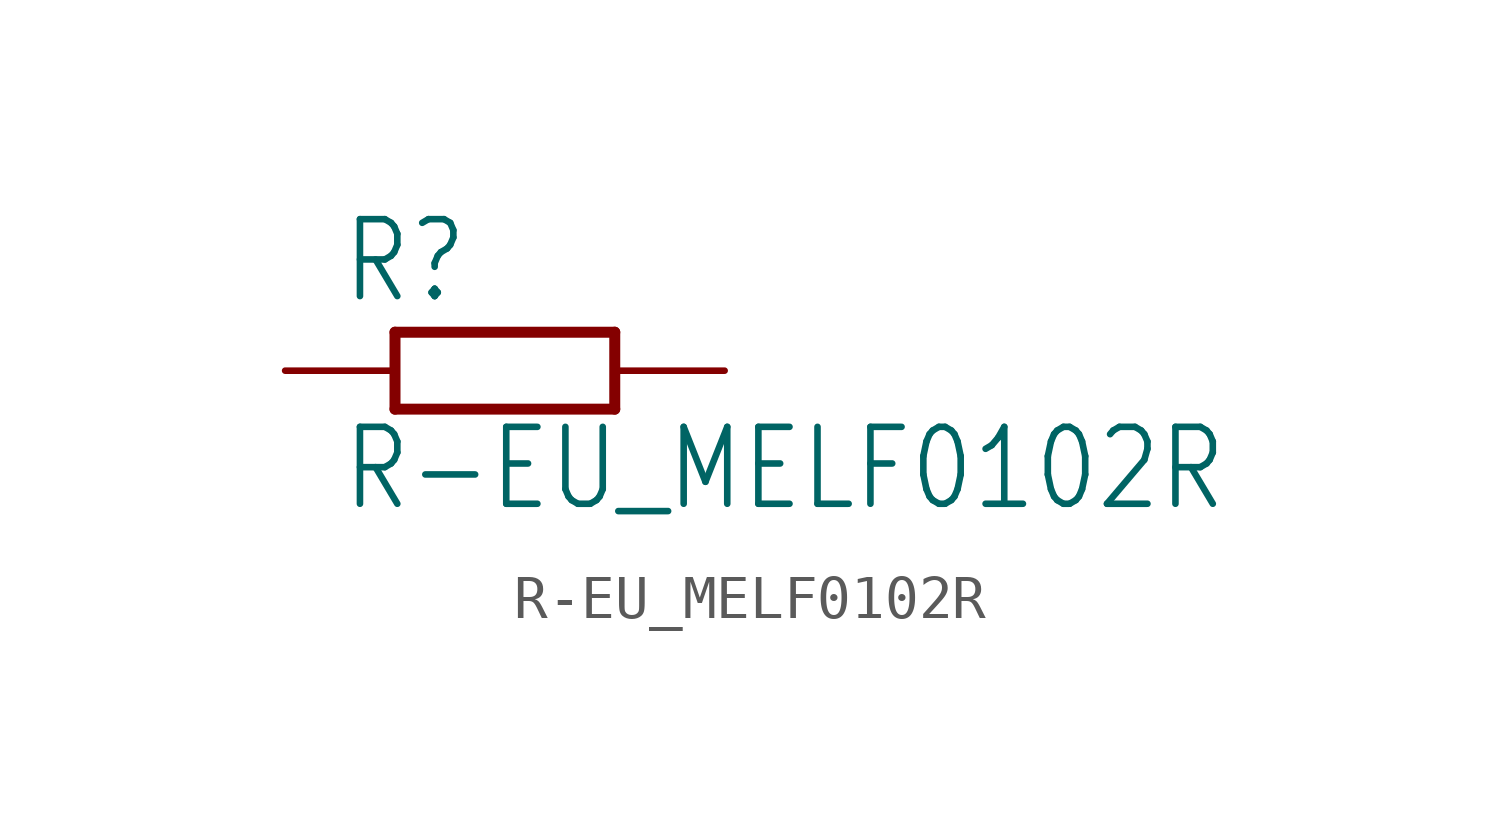
<source format=kicad_sym>
(kicad_symbol_lib
  (version 20220331)
  (generator kicad_symbol_editor)
  (symbol "R-EU_MELF0102R"
    (property "Reference" "R"
      (at -3.81 1.499 0)
      (effects (font (size 1.778 1.511)) (justify left bottom)))
    (property "Value" "R-EU_MELF0102R"
      (at -3.81 -3.302 0)
      (effects (font (size 1.778 1.511)) (justify left bottom)))
    (property "ki_locked" ""
      (at 0 0 0)
      (effects (font (size 1.27 1.27))))
    (symbol "R-EU_MELF0102R_1_0"
      (polyline (pts (xy -2.54 -0.889) (xy -2.54 0.889)) (stroke (width 0.254) (type solid)) (fill (type none)))
      (polyline (pts (xy -2.54 -0.889) (xy 2.54 -0.889)) (stroke (width 0.254) (type solid)) (fill (type none)))
      (polyline (pts (xy 2.54 -0.889) (xy 2.54 0.889)) (stroke (width 0.254) (type solid)) (fill (type none)))
      (polyline (pts (xy 2.54 0.889) (xy -2.54 0.889)) (stroke (width 0.254) (type solid)) (fill (type none)))
      (pin passive line (at -5.08 0 0) (length 2.54) (name "1" (effects (font (size 0 0)))) (number "1" (effects (font (size 0 0)))))
      (pin passive line (at 5.08 0 180) (length 2.54) (name "2" (effects (font (size 0 0)))) (number "2" (effects (font (size 0 0))))))))
</source>
